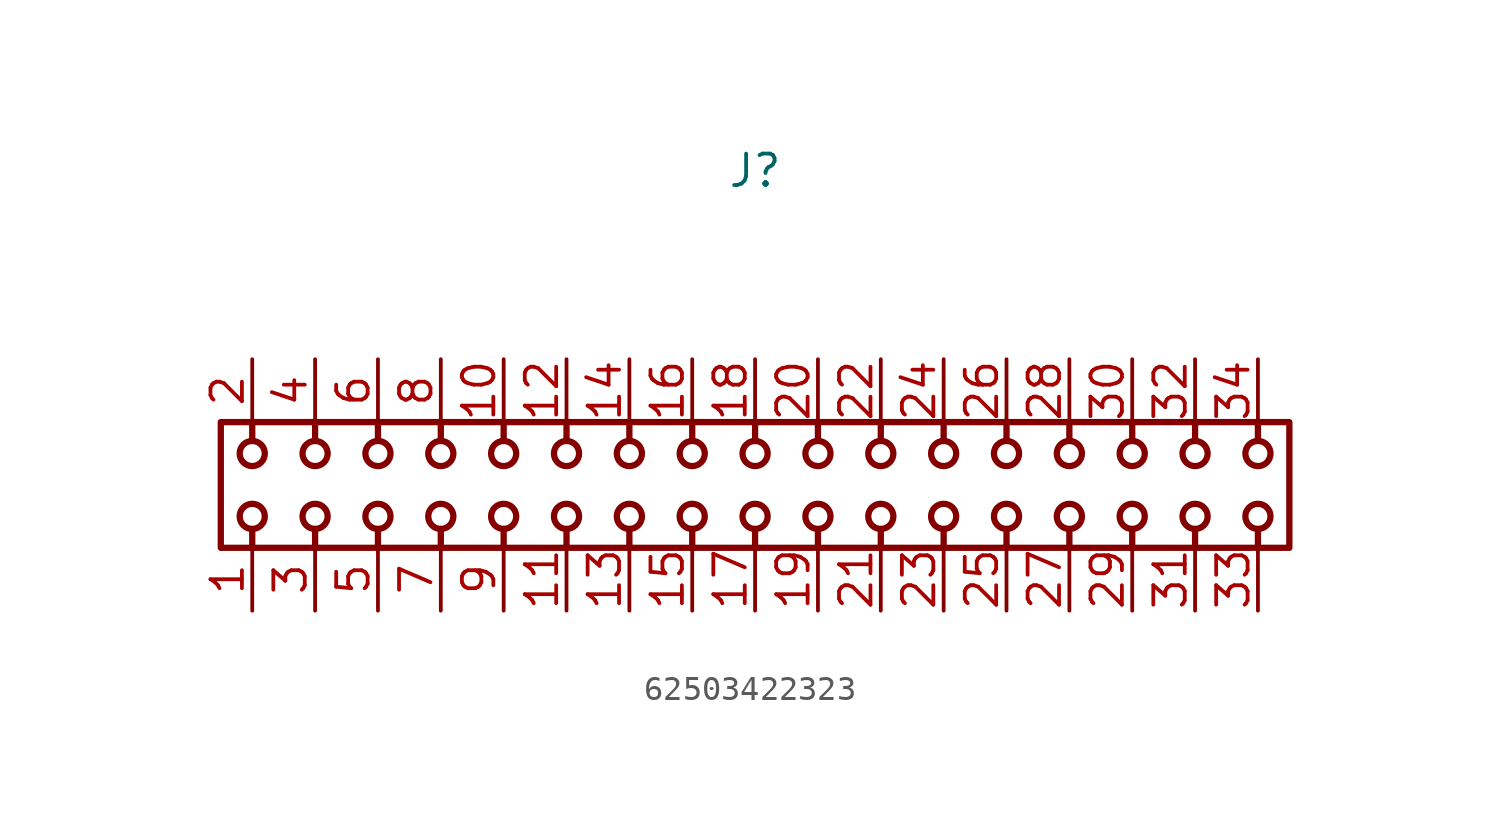
<source format=kicad_sym>
(kicad_symbol_lib
  (version 20241209)
  (generator "kicad_symbol_editor")
  (generator_version "9.0")
  (symbol "62503422323"
    (pin_names
      (hide yes))
    (property "Reference" "J"
      (at 0 12.7 0)
      (effects (font (size 1.27 1.27))))
    (symbol "62503422323_1_1"
      (rectangle (start -21.59 2.54) (end 21.59 -2.54) (stroke (width 0.254) (type solid)) (fill (type none)))
      (polyline (pts (xy -20.32 1.778) (xy -20.32 2.54)) (stroke (width 0.254) (type solid)) (fill (type none)))
      (circle (center -20.32 1.27) (radius 0.508) (stroke (width 0.254) (type solid)) (fill (type none)))
      (circle (center -20.32 -1.27) (radius 0.508) (stroke (width 0.254) (type solid)) (fill (type none)))
      (polyline (pts (xy -20.32 -1.778) (xy -20.32 -2.54)) (stroke (width 0.254) (type solid)) (fill (type none)))
      (polyline (pts (xy -17.78 1.778) (xy -17.78 2.54)) (stroke (width 0.254) (type solid)) (fill (type none)))
      (circle (center -17.78 1.27) (radius 0.508) (stroke (width 0.254) (type solid)) (fill (type none)))
      (circle (center -17.78 -1.27) (radius 0.508) (stroke (width 0.254) (type solid)) (fill (type none)))
      (polyline (pts (xy -17.78 -1.778) (xy -17.78 -2.54)) (stroke (width 0.254) (type solid)) (fill (type none)))
      (polyline (pts (xy -15.24 1.778) (xy -15.24 2.54)) (stroke (width 0.254) (type solid)) (fill (type none)))
      (circle (center -15.24 1.27) (radius 0.508) (stroke (width 0.254) (type solid)) (fill (type none)))
      (circle (center -15.24 -1.27) (radius 0.508) (stroke (width 0.254) (type solid)) (fill (type none)))
      (polyline (pts (xy -15.24 -1.778) (xy -15.24 -2.54)) (stroke (width 0.254) (type solid)) (fill (type none)))
      (polyline (pts (xy -12.7 1.778) (xy -12.7 2.54)) (stroke (width 0.254) (type solid)) (fill (type none)))
      (circle (center -12.7 1.27) (radius 0.508) (stroke (width 0.254) (type solid)) (fill (type none)))
      (circle (center -12.7 -1.27) (radius 0.508) (stroke (width 0.254) (type solid)) (fill (type none)))
      (polyline (pts (xy -12.7 -1.778) (xy -12.7 -2.54)) (stroke (width 0.254) (type solid)) (fill (type none)))
      (polyline (pts (xy -10.16 1.778) (xy -10.16 2.54)) (stroke (width 0.254) (type solid)) (fill (type none)))
      (circle (center -10.16 1.27) (radius 0.508) (stroke (width 0.254) (type solid)) (fill (type none)))
      (circle (center -10.16 -1.27) (radius 0.508) (stroke (width 0.254) (type solid)) (fill (type none)))
      (polyline (pts (xy -10.16 -1.778) (xy -10.16 -2.54)) (stroke (width 0.254) (type solid)) (fill (type none)))
      (polyline (pts (xy -7.62 1.778) (xy -7.62 2.54)) (stroke (width 0.254) (type solid)) (fill (type none)))
      (circle (center -7.62 1.27) (radius 0.508) (stroke (width 0.254) (type solid)) (fill (type none)))
      (circle (center -7.62 -1.27) (radius 0.508) (stroke (width 0.254) (type solid)) (fill (type none)))
      (polyline (pts (xy -7.62 -1.778) (xy -7.62 -2.54)) (stroke (width 0.254) (type solid)) (fill (type none)))
      (polyline (pts (xy -5.08 1.778) (xy -5.08 2.54)) (stroke (width 0.254) (type solid)) (fill (type none)))
      (circle (center -5.08 1.27) (radius 0.508) (stroke (width 0.254) (type solid)) (fill (type none)))
      (circle (center -5.08 -1.27) (radius 0.508) (stroke (width 0.254) (type solid)) (fill (type none)))
      (polyline (pts (xy -5.08 -1.778) (xy -5.08 -2.54)) (stroke (width 0.254) (type solid)) (fill (type none)))
      (polyline (pts (xy -2.54 1.778) (xy -2.54 2.54)) (stroke (width 0.254) (type solid)) (fill (type none)))
      (circle (center -2.54 1.27) (radius 0.508) (stroke (width 0.254) (type solid)) (fill (type none)))
      (circle (center -2.54 -1.27) (radius 0.508) (stroke (width 0.254) (type solid)) (fill (type none)))
      (polyline (pts (xy -2.54 -1.778) (xy -2.54 -2.54)) (stroke (width 0.254) (type solid)) (fill (type none)))
      (polyline (pts (xy 0 1.778) (xy 0 2.54)) (stroke (width 0.254) (type solid)) (fill (type none)))
      (circle (center 0 1.27) (radius 0.508) (stroke (width 0.254) (type solid)) (fill (type none)))
      (circle (center 0 -1.27) (radius 0.508) (stroke (width 0.254) (type solid)) (fill (type none)))
      (polyline (pts (xy 0 -1.778) (xy 0 -2.54)) (stroke (width 0.254) (type solid)) (fill (type none)))
      (polyline (pts (xy 2.54 1.778) (xy 2.54 2.54)) (stroke (width 0.254) (type solid)) (fill (type none)))
      (circle (center 2.54 1.27) (radius 0.508) (stroke (width 0.254) (type solid)) (fill (type none)))
      (circle (center 2.54 -1.27) (radius 0.508) (stroke (width 0.254) (type solid)) (fill (type none)))
      (polyline (pts (xy 2.54 -1.778) (xy 2.54 -2.54)) (stroke (width 0.254) (type solid)) (fill (type none)))
      (polyline (pts (xy 5.08 1.778) (xy 5.08 2.54)) (stroke (width 0.254) (type solid)) (fill (type none)))
      (circle (center 5.08 1.27) (radius 0.508) (stroke (width 0.254) (type solid)) (fill (type none)))
      (circle (center 5.08 -1.27) (radius 0.508) (stroke (width 0.254) (type solid)) (fill (type none)))
      (polyline (pts (xy 5.08 -1.778) (xy 5.08 -2.54)) (stroke (width 0.254) (type solid)) (fill (type none)))
      (polyline (pts (xy 7.62 1.778) (xy 7.62 2.54)) (stroke (width 0.254) (type solid)) (fill (type none)))
      (circle (center 7.62 1.27) (radius 0.508) (stroke (width 0.254) (type solid)) (fill (type none)))
      (circle (center 7.62 -1.27) (radius 0.508) (stroke (width 0.254) (type solid)) (fill (type none)))
      (polyline (pts (xy 7.62 -1.778) (xy 7.62 -2.54)) (stroke (width 0.254) (type solid)) (fill (type none)))
      (polyline (pts (xy 10.16 1.778) (xy 10.16 2.54)) (stroke (width 0.254) (type solid)) (fill (type none)))
      (circle (center 10.16 1.27) (radius 0.508) (stroke (width 0.254) (type solid)) (fill (type none)))
      (circle (center 10.16 -1.27) (radius 0.508) (stroke (width 0.254) (type solid)) (fill (type none)))
      (polyline (pts (xy 10.16 -1.778) (xy 10.16 -2.54)) (stroke (width 0.254) (type solid)) (fill (type none)))
      (polyline (pts (xy 12.7 1.778) (xy 12.7 2.54)) (stroke (width 0.254) (type solid)) (fill (type none)))
      (circle (center 12.7 1.27) (radius 0.508) (stroke (width 0.254) (type solid)) (fill (type none)))
      (circle (center 12.7 -1.27) (radius 0.508) (stroke (width 0.254) (type solid)) (fill (type none)))
      (polyline (pts (xy 12.7 -1.778) (xy 12.7 -2.54)) (stroke (width 0.254) (type solid)) (fill (type none)))
      (polyline (pts (xy 15.24 1.778) (xy 15.24 2.54)) (stroke (width 0.254) (type solid)) (fill (type none)))
      (circle (center 15.24 1.27) (radius 0.508) (stroke (width 0.254) (type solid)) (fill (type none)))
      (circle (center 15.24 -1.27) (radius 0.508) (stroke (width 0.254) (type solid)) (fill (type none)))
      (polyline (pts (xy 15.24 -1.778) (xy 15.24 -2.54)) (stroke (width 0.254) (type solid)) (fill (type none)))
      (polyline (pts (xy 17.78 1.778) (xy 17.78 2.54)) (stroke (width 0.254) (type solid)) (fill (type none)))
      (circle (center 17.78 1.27) (radius 0.508) (stroke (width 0.254) (type solid)) (fill (type none)))
      (circle (center 17.78 -1.27) (radius 0.508) (stroke (width 0.254) (type solid)) (fill (type none)))
      (polyline (pts (xy 17.78 -1.778) (xy 17.78 -2.54)) (stroke (width 0.254) (type solid)) (fill (type none)))
      (polyline (pts (xy 20.32 1.778) (xy 20.32 2.54)) (stroke (width 0.254) (type solid)) (fill (type none)))
      (circle (center 20.32 1.27) (radius 0.508) (stroke (width 0.254) (type solid)) (fill (type none)))
      (circle (center 20.32 -1.27) (radius 0.508) (stroke (width 0.254) (type solid)) (fill (type none)))
      (polyline (pts (xy 20.32 -1.778) (xy 20.32 -2.54)) (stroke (width 0.254) (type solid)) (fill (type none)))
      (pin passive line (at -20.32 5.08 270) (length 2.54) (name "2" (effects (font (size 1.27 1.27)))) (number "2" (effects (font (size 1.27 1.27)))))
      (pin passive line (at -20.32 -5.08 90) (length 2.54) (name "1" (effects (font (size 1.27 1.27)))) (number "1" (effects (font (size 1.27 1.27)))))
      (pin passive line (at -17.78 5.08 270) (length 2.54) (name "4" (effects (font (size 1.27 1.27)))) (number "4" (effects (font (size 1.27 1.27)))))
      (pin passive line (at -17.78 -5.08 90) (length 2.54) (name "3" (effects (font (size 1.27 1.27)))) (number "3" (effects (font (size 1.27 1.27)))))
      (pin passive line (at -15.24 5.08 270) (length 2.54) (name "6" (effects (font (size 1.27 1.27)))) (number "6" (effects (font (size 1.27 1.27)))))
      (pin passive line (at -15.24 -5.08 90) (length 2.54) (name "5" (effects (font (size 1.27 1.27)))) (number "5" (effects (font (size 1.27 1.27)))))
      (pin passive line (at -12.7 5.08 270) (length 2.54) (name "8" (effects (font (size 1.27 1.27)))) (number "8" (effects (font (size 1.27 1.27)))))
      (pin passive line (at -12.7 -5.08 90) (length 2.54) (name "7" (effects (font (size 1.27 1.27)))) (number "7" (effects (font (size 1.27 1.27)))))
      (pin passive line (at -10.16 5.08 270) (length 2.54) (name "10" (effects (font (size 1.27 1.27)))) (number "10" (effects (font (size 1.27 1.27)))))
      (pin passive line (at -10.16 -5.08 90) (length 2.54) (name "9" (effects (font (size 1.27 1.27)))) (number "9" (effects (font (size 1.27 1.27)))))
      (pin passive line (at -7.62 5.08 270) (length 2.54) (name "12" (effects (font (size 1.27 1.27)))) (number "12" (effects (font (size 1.27 1.27)))))
      (pin passive line (at -7.62 -5.08 90) (length 2.54) (name "11" (effects (font (size 1.27 1.27)))) (number "11" (effects (font (size 1.27 1.27)))))
      (pin passive line (at -5.08 5.08 270) (length 2.54) (name "14" (effects (font (size 1.27 1.27)))) (number "14" (effects (font (size 1.27 1.27)))))
      (pin passive line (at -5.08 -5.08 90) (length 2.54) (name "13" (effects (font (size 1.27 1.27)))) (number "13" (effects (font (size 1.27 1.27)))))
      (pin passive line (at -2.54 5.08 270) (length 2.54) (name "16" (effects (font (size 1.27 1.27)))) (number "16" (effects (font (size 1.27 1.27)))))
      (pin passive line (at -2.54 -5.08 90) (length 2.54) (name "15" (effects (font (size 1.27 1.27)))) (number "15" (effects (font (size 1.27 1.27)))))
      (pin passive line (at 0 5.08 270) (length 2.54) (name "18" (effects (font (size 1.27 1.27)))) (number "18" (effects (font (size 1.27 1.27)))))
      (pin passive line (at 0 -5.08 90) (length 2.54) (name "17" (effects (font (size 1.27 1.27)))) (number "17" (effects (font (size 1.27 1.27)))))
      (pin passive line (at 2.54 5.08 270) (length 2.54) (name "20" (effects (font (size 1.27 1.27)))) (number "20" (effects (font (size 1.27 1.27)))))
      (pin passive line (at 2.54 -5.08 90) (length 2.54) (name "19" (effects (font (size 1.27 1.27)))) (number "19" (effects (font (size 1.27 1.27)))))
      (pin passive line (at 5.08 5.08 270) (length 2.54) (name "22" (effects (font (size 1.27 1.27)))) (number "22" (effects (font (size 1.27 1.27)))))
      (pin passive line (at 5.08 -5.08 90) (length 2.54) (name "21" (effects (font (size 1.27 1.27)))) (number "21" (effects (font (size 1.27 1.27)))))
      (pin passive line (at 7.62 5.08 270) (length 2.54) (name "24" (effects (font (size 1.27 1.27)))) (number "24" (effects (font (size 1.27 1.27)))))
      (pin passive line (at 7.62 -5.08 90) (length 2.54) (name "23" (effects (font (size 1.27 1.27)))) (number "23" (effects (font (size 1.27 1.27)))))
      (pin passive line (at 10.16 5.08 270) (length 2.54) (name "26" (effects (font (size 1.27 1.27)))) (number "26" (effects (font (size 1.27 1.27)))))
      (pin passive line (at 10.16 -5.08 90) (length 2.54) (name "25" (effects (font (size 1.27 1.27)))) (number "25" (effects (font (size 1.27 1.27)))))
      (pin passive line (at 12.7 5.08 270) (length 2.54) (name "28" (effects (font (size 1.27 1.27)))) (number "28" (effects (font (size 1.27 1.27)))))
      (pin passive line (at 12.7 -5.08 90) (length 2.54) (name "27" (effects (font (size 1.27 1.27)))) (number "27" (effects (font (size 1.27 1.27)))))
      (pin passive line (at 15.24 5.08 270) (length 2.54) (name "30" (effects (font (size 1.27 1.27)))) (number "30" (effects (font (size 1.27 1.27)))))
      (pin passive line (at 15.24 -5.08 90) (length 2.54) (name "29" (effects (font (size 1.27 1.27)))) (number "29" (effects (font (size 1.27 1.27)))))
      (pin passive line (at 17.78 5.08 270) (length 2.54) (name "32" (effects (font (size 1.27 1.27)))) (number "32" (effects (font (size 1.27 1.27)))))
      (pin passive line (at 17.78 -5.08 90) (length 2.54) (name "31" (effects (font (size 1.27 1.27)))) (number "31" (effects (font (size 1.27 1.27)))))
      (pin passive line (at 20.32 5.08 270) (length 2.54) (name "34" (effects (font (size 1.27 1.27)))) (number "34" (effects (font (size 1.27 1.27)))))
      (pin passive line (at 20.32 -5.08 90) (length 2.54) (name "33" (effects (font (size 1.27 1.27)))) (number "33" (effects (font (size 1.27 1.27))))))))
</source>
